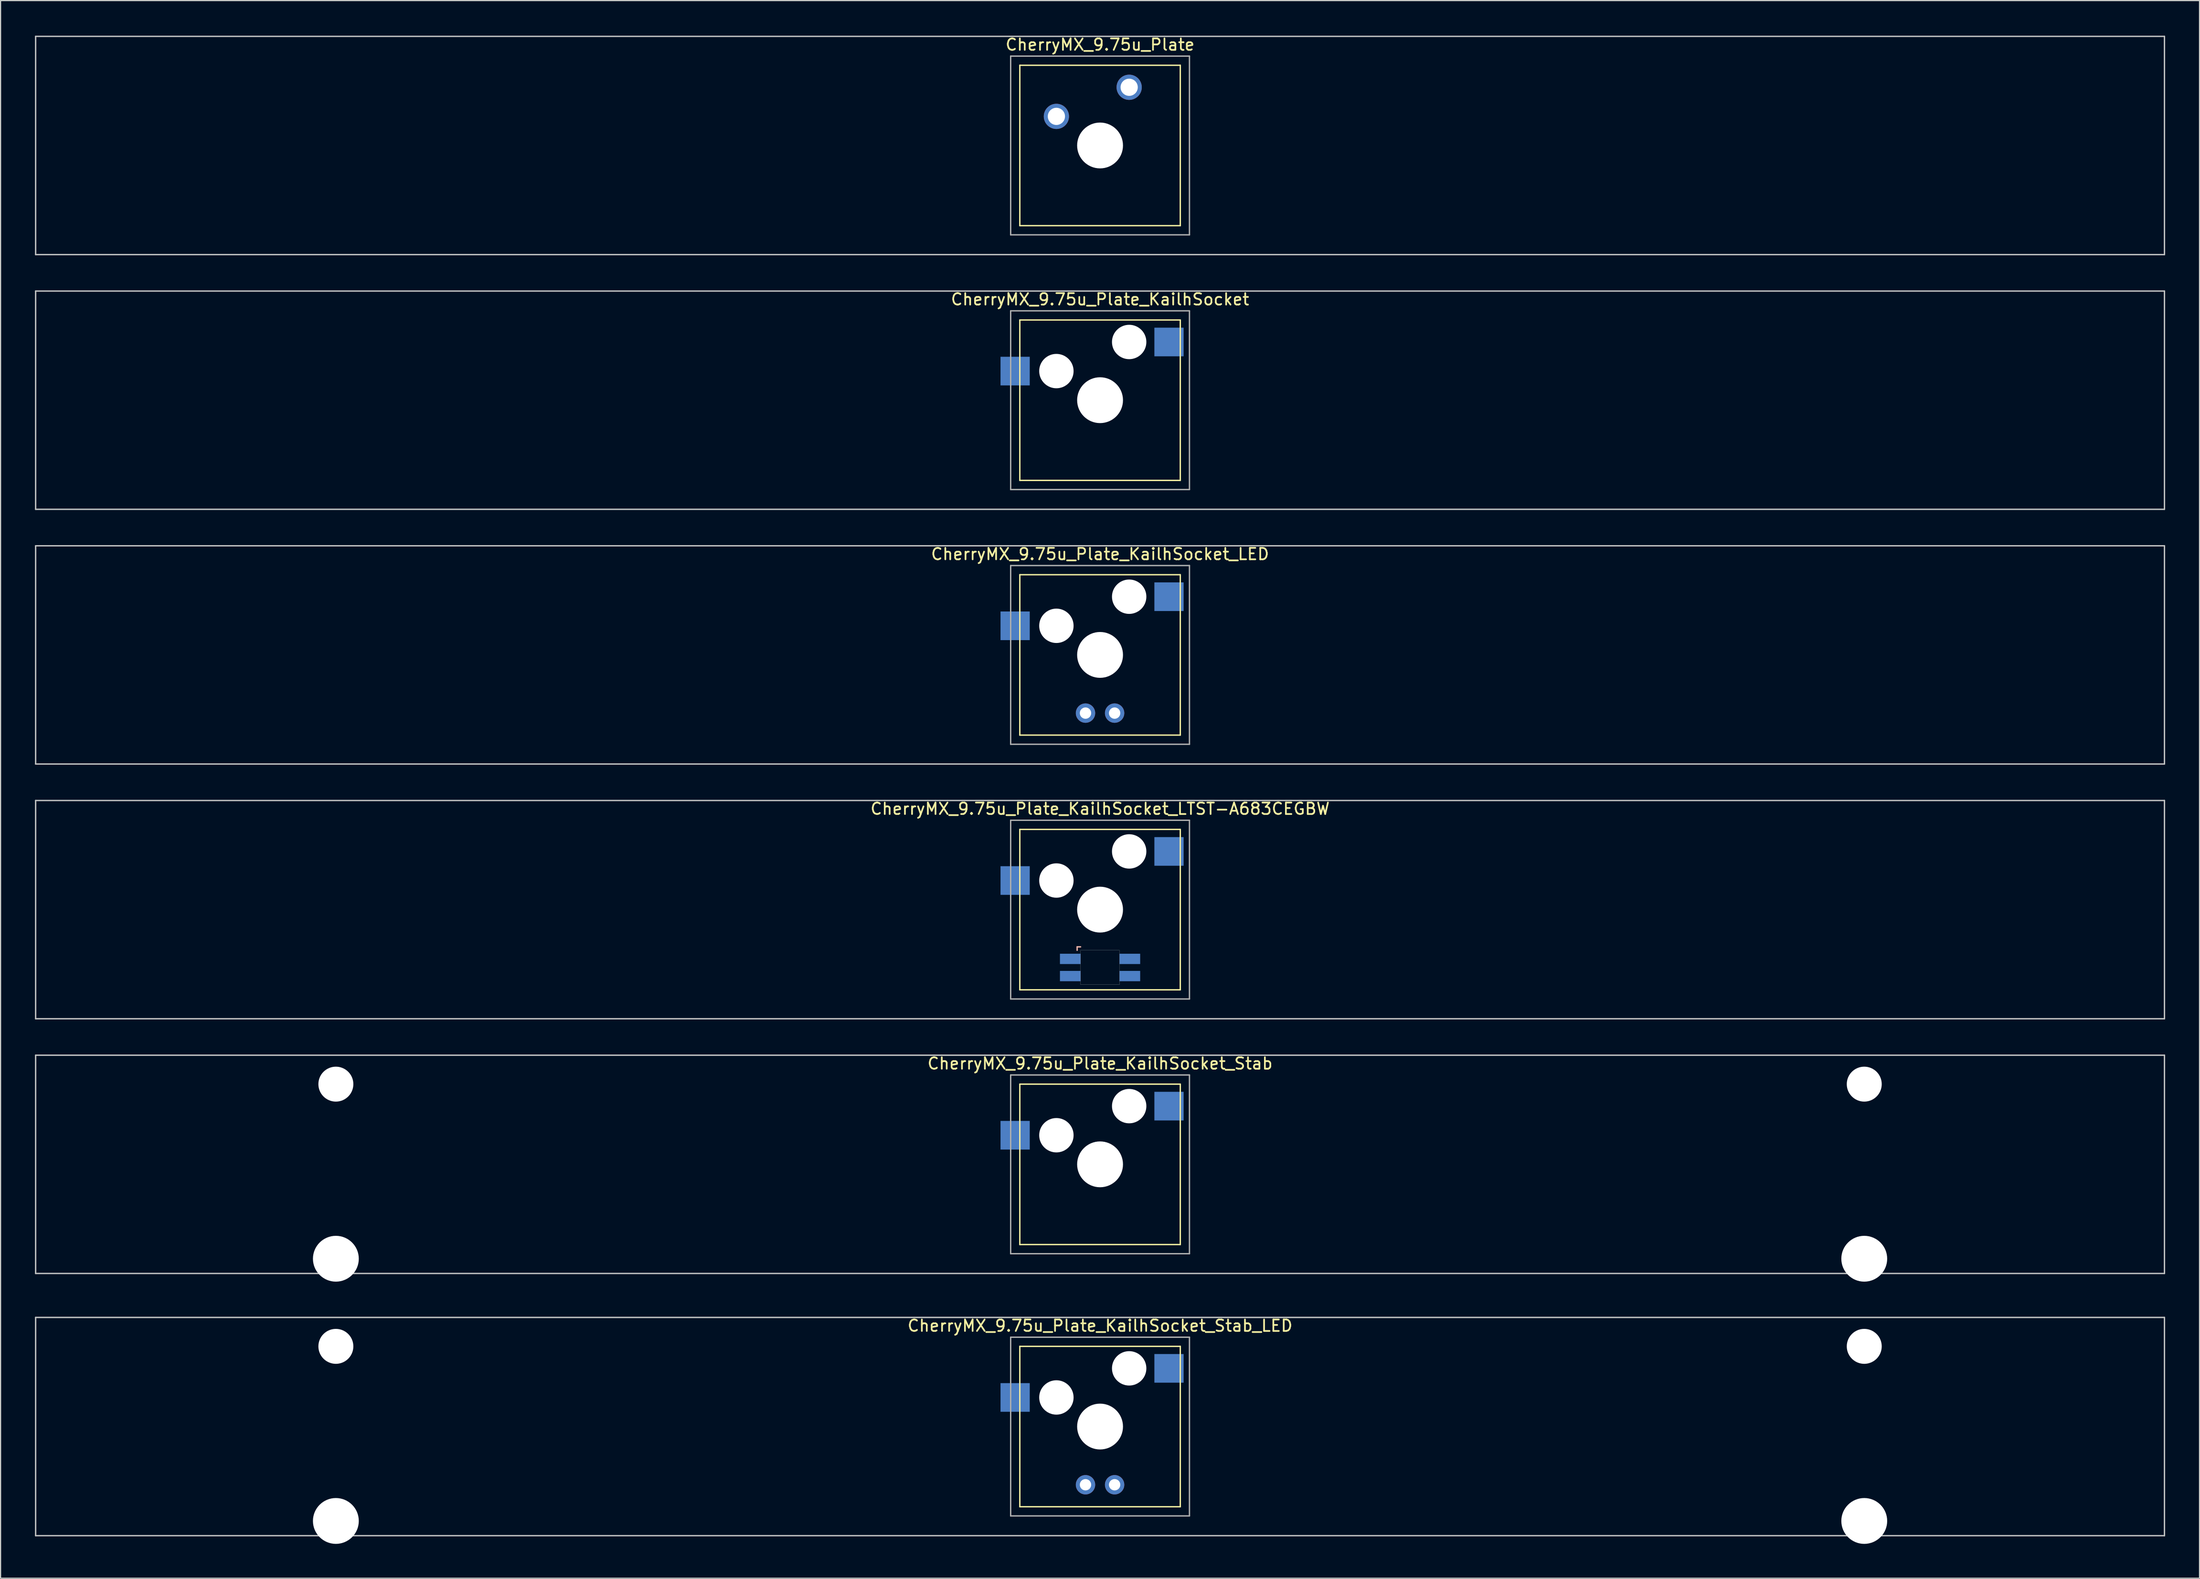
<source format=kicad_pcb>
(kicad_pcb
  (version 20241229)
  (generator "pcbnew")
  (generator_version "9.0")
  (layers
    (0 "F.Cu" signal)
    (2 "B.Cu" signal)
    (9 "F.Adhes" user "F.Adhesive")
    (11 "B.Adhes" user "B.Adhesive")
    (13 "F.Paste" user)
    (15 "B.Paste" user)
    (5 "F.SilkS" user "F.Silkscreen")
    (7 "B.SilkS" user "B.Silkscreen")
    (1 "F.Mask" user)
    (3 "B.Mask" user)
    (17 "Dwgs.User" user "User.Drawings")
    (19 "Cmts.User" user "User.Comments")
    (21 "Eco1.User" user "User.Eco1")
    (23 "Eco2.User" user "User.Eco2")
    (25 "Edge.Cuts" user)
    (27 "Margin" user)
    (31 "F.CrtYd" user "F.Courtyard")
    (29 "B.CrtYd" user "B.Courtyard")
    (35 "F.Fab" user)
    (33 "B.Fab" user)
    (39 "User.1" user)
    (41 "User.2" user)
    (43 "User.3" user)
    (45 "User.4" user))
  (footprint "CherryMX_9.75u_Plate_KailhSocket_Stab_LED"
    (layer "F.Cu")
    (at 92.929 121.469)
    (property "Reference" "CherryMX_9.75u_Plate_KailhSocket_Stab_LED" (at 0 -8.8 0) (layer "F.SilkS") (effects (font (size 1 1) (thickness 0.15))))
    (attr through_hole)
    (fp_line (start -7 -7) (end -7 7) (stroke (width 0.12) (type solid)) (layer "F.SilkS"))
    (fp_line (start -7 -7) (end 7 -7) (stroke (width 0.12) (type solid)) (layer "F.SilkS"))
    (fp_line (start 7 -7) (end 7 7) (stroke (width 0.12) (type solid)) (layer "F.SilkS"))
    (fp_line (start 7 7) (end -7 7) (stroke (width 0.12) (type solid)) (layer "F.SilkS"))
    (fp_line (start -92.869 -9.525) (end 92.869 -9.525) (stroke (width 0.12) (type solid)) (layer "Dwgs.User"))
    (fp_line (start -92.869 9.525) (end -92.869 -9.525) (stroke (width 0.12) (type solid)) (layer "Dwgs.User"))
    (fp_line (start 92.869 -9.525) (end 92.869 9.525) (stroke (width 0.12) (type solid)) (layer "Dwgs.User"))
    (fp_line (start 92.869 9.525) (end -92.869 9.525) (stroke (width 0.12) (type solid)) (layer "Dwgs.User"))
    (fp_line (start -7.8 -7.8) (end -7.8 7.8) (stroke (width 0.12) (type solid)) (layer "F.Fab"))
    (fp_line (start -7.8 -7.8) (end 7.8 -7.8) (stroke (width 0.12) (type solid)) (layer "F.Fab"))
    (fp_line (start -7.8 7.8) (end 7.8 7.8) (stroke (width 0.12) (type solid)) (layer "F.Fab"))
    (fp_line (start 7.8 -7.8) (end 7.8 7.8) (stroke (width 0.12) (type solid)) (layer "F.Fab"))
    (pad "" np_thru_hole circle (at -66.675 -7) (size 3.05 3.05) (drill 3.05) (layers "*.Cu" "*.Mask"))
    (pad "" np_thru_hole circle (at -66.675 8.24) (size 4 4) (drill 4) (layers "*.Cu" "*.Mask"))
    (pad "" np_thru_hole circle (at -3.81 -2.54) (size 3 3) (drill 3) (layers "*.Cu" "*.Mask"))
    (pad "" np_thru_hole circle (at 0 0) (size 4 4) (drill 4) (layers "*.Cu" "*.Mask"))
    (pad "" np_thru_hole circle (at 2.54 -5.08) (size 3 3) (drill 3) (layers "*.Cu" "*.Mask"))
    (pad "" np_thru_hole circle (at 66.675 -7) (size 3.05 3.05) (drill 3.05) (layers "*.Cu" "*.Mask"))
    (pad "" np_thru_hole circle (at 66.675 8.24) (size 4 4) (drill 4) (layers "*.Cu" "*.Mask"))
    (pad "1" smd rect (at -7.41 -2.54) (size 2.55 2.5) (layers "B.Cu" "B.Mask" "B.Paste"))
    (pad "2" smd rect (at 6.015 -5.08) (size 2.55 2.5) (layers "B.Cu" "B.Mask" "B.Paste"))
    (pad "3" thru_hole circle (at -1.27 5.08) (size 1.691 1.691) (drill 0.991) (layers "*.Cu" "*.Mask"))
    (pad "4" thru_hole circle (at 1.27 5.08) (size 1.691 1.691) (drill 0.991) (layers "*.Cu" "*.Mask")))
  (footprint "CherryMX_9.75u_Plate_KailhSocket_LED"
    (layer "F.Cu")
    (at 92.929 54.115)
    (property "Reference" "CherryMX_9.75u_Plate_KailhSocket_LED" (at 0 -8.8 0) (layer "F.SilkS") (effects (font (size 1 1) (thickness 0.15))))
    (attr through_hole)
    (fp_line (start -7 -7) (end -7 7) (stroke (width 0.12) (type solid)) (layer "F.SilkS"))
    (fp_line (start -7 -7) (end 7 -7) (stroke (width 0.12) (type solid)) (layer "F.SilkS"))
    (fp_line (start 7 -7) (end 7 7) (stroke (width 0.12) (type solid)) (layer "F.SilkS"))
    (fp_line (start 7 7) (end -7 7) (stroke (width 0.12) (type solid)) (layer "F.SilkS"))
    (fp_line (start -92.869 -9.525) (end 92.869 -9.525) (stroke (width 0.12) (type solid)) (layer "Dwgs.User"))
    (fp_line (start -92.869 9.525) (end -92.869 -9.525) (stroke (width 0.12) (type solid)) (layer "Dwgs.User"))
    (fp_line (start 92.869 -9.525) (end 92.869 9.525) (stroke (width 0.12) (type solid)) (layer "Dwgs.User"))
    (fp_line (start 92.869 9.525) (end -92.869 9.525) (stroke (width 0.12) (type solid)) (layer "Dwgs.User"))
    (fp_line (start -7.8 -7.8) (end -7.8 7.8) (stroke (width 0.12) (type solid)) (layer "F.Fab"))
    (fp_line (start -7.8 -7.8) (end 7.8 -7.8) (stroke (width 0.12) (type solid)) (layer "F.Fab"))
    (fp_line (start -7.8 7.8) (end 7.8 7.8) (stroke (width 0.12) (type solid)) (layer "F.Fab"))
    (fp_line (start 7.8 -7.8) (end 7.8 7.8) (stroke (width 0.12) (type solid)) (layer "F.Fab"))
    (pad "" np_thru_hole circle (at -3.81 -2.54) (size 3 3) (drill 3) (layers "*.Cu" "*.Mask"))
    (pad "" np_thru_hole circle (at 0 0) (size 4 4) (drill 4) (layers "*.Cu" "*.Mask"))
    (pad "" np_thru_hole circle (at 2.54 -5.08) (size 3 3) (drill 3) (layers "*.Cu" "*.Mask"))
    (pad "1" smd rect (at -7.41 -2.54) (size 2.55 2.5) (layers "B.Cu" "B.Mask" "B.Paste"))
    (pad "2" smd rect (at 6.015 -5.08) (size 2.55 2.5) (layers "B.Cu" "B.Mask" "B.Paste"))
    (pad "3" thru_hole circle (at -1.27 5.08) (size 1.691 1.691) (drill 0.991) (layers "*.Cu" "*.Mask"))
    (pad "4" thru_hole circle (at 1.27 5.08) (size 1.691 1.691) (drill 0.991) (layers "*.Cu" "*.Mask")))
  (footprint "CherryMX_9.75u_Plate_KailhSocket_Stab"
    (layer "F.Cu")
    (at 92.929 98.581)
    (property "Reference" "CherryMX_9.75u_Plate_KailhSocket_Stab" (at 0 -8.8 0) (layer "F.SilkS") (effects (font (size 1 1) (thickness 0.15))))
    (attr through_hole)
    (fp_line (start -7 -7) (end -7 7) (stroke (width 0.12) (type solid)) (layer "F.SilkS"))
    (fp_line (start -7 -7) (end 7 -7) (stroke (width 0.12) (type solid)) (layer "F.SilkS"))
    (fp_line (start 7 -7) (end 7 7) (stroke (width 0.12) (type solid)) (layer "F.SilkS"))
    (fp_line (start 7 7) (end -7 7) (stroke (width 0.12) (type solid)) (layer "F.SilkS"))
    (fp_line (start -92.869 -9.525) (end 92.869 -9.525) (stroke (width 0.12) (type solid)) (layer "Dwgs.User"))
    (fp_line (start -92.869 9.525) (end -92.869 -9.525) (stroke (width 0.12) (type solid)) (layer "Dwgs.User"))
    (fp_line (start 92.869 -9.525) (end 92.869 9.525) (stroke (width 0.12) (type solid)) (layer "Dwgs.User"))
    (fp_line (start 92.869 9.525) (end -92.869 9.525) (stroke (width 0.12) (type solid)) (layer "Dwgs.User"))
    (fp_line (start -7.8 -7.8) (end -7.8 7.8) (stroke (width 0.12) (type solid)) (layer "F.Fab"))
    (fp_line (start -7.8 -7.8) (end 7.8 -7.8) (stroke (width 0.12) (type solid)) (layer "F.Fab"))
    (fp_line (start -7.8 7.8) (end 7.8 7.8) (stroke (width 0.12) (type solid)) (layer "F.Fab"))
    (fp_line (start 7.8 -7.8) (end 7.8 7.8) (stroke (width 0.12) (type solid)) (layer "F.Fab"))
    (pad "" np_thru_hole circle (at -66.675 -7) (size 3.05 3.05) (drill 3.05) (layers "*.Cu" "*.Mask"))
    (pad "" np_thru_hole circle (at -66.675 8.24) (size 4 4) (drill 4) (layers "*.Cu" "*.Mask"))
    (pad "" np_thru_hole circle (at -3.81 -2.54) (size 3 3) (drill 3) (layers "*.Cu" "*.Mask"))
    (pad "" np_thru_hole circle (at 0 0) (size 4 4) (drill 4) (layers "*.Cu" "*.Mask"))
    (pad "" np_thru_hole circle (at 2.54 -5.08) (size 3 3) (drill 3) (layers "*.Cu" "*.Mask"))
    (pad "" np_thru_hole circle (at 66.675 -7) (size 3.05 3.05) (drill 3.05) (layers "*.Cu" "*.Mask"))
    (pad "" np_thru_hole circle (at 66.675 8.24) (size 4 4) (drill 4) (layers "*.Cu" "*.Mask"))
    (pad "1" smd rect (at -7.41 -2.54) (size 2.55 2.5) (layers "B.Cu" "B.Mask" "B.Paste"))
    (pad "2" smd rect (at 6.015 -5.08) (size 2.55 2.5) (layers "B.Cu" "B.Mask" "B.Paste")))
  (footprint "CherryMX_9.75u_Plate_KailhSocket"
    (layer "F.Cu")
    (at 92.929 31.881)
    (property "Reference" "CherryMX_9.75u_Plate_KailhSocket" (at 0 -8.8 0) (layer "F.SilkS") (effects (font (size 1 1) (thickness 0.15))))
    (attr through_hole)
    (fp_line (start -7 -7) (end -7 7) (stroke (width 0.12) (type solid)) (layer "F.SilkS"))
    (fp_line (start -7 -7) (end 7 -7) (stroke (width 0.12) (type solid)) (layer "F.SilkS"))
    (fp_line (start 7 -7) (end 7 7) (stroke (width 0.12) (type solid)) (layer "F.SilkS"))
    (fp_line (start 7 7) (end -7 7) (stroke (width 0.12) (type solid)) (layer "F.SilkS"))
    (fp_line (start -92.869 -9.525) (end 92.869 -9.525) (stroke (width 0.12) (type solid)) (layer "Dwgs.User"))
    (fp_line (start -92.869 9.525) (end -92.869 -9.525) (stroke (width 0.12) (type solid)) (layer "Dwgs.User"))
    (fp_line (start 92.869 -9.525) (end 92.869 9.525) (stroke (width 0.12) (type solid)) (layer "Dwgs.User"))
    (fp_line (start 92.869 9.525) (end -92.869 9.525) (stroke (width 0.12) (type solid)) (layer "Dwgs.User"))
    (fp_line (start -7.8 -7.8) (end -7.8 7.8) (stroke (width 0.12) (type solid)) (layer "F.Fab"))
    (fp_line (start -7.8 -7.8) (end 7.8 -7.8) (stroke (width 0.12) (type solid)) (layer "F.Fab"))
    (fp_line (start -7.8 7.8) (end 7.8 7.8) (stroke (width 0.12) (type solid)) (layer "F.Fab"))
    (fp_line (start 7.8 -7.8) (end 7.8 7.8) (stroke (width 0.12) (type solid)) (layer "F.Fab"))
    (pad "" np_thru_hole circle (at -3.81 -2.54) (size 3 3) (drill 3) (layers "*.Cu" "*.Mask"))
    (pad "" np_thru_hole circle (at 0 0) (size 4 4) (drill 4) (layers "*.Cu" "*.Mask"))
    (pad "" np_thru_hole circle (at 2.54 -5.08) (size 3 3) (drill 3) (layers "*.Cu" "*.Mask"))
    (pad "1" smd rect (at -7.41 -2.54) (size 2.55 2.5) (layers "B.Cu" "B.Mask" "B.Paste"))
    (pad "2" smd rect (at 6.015 -5.08) (size 2.55 2.5) (layers "B.Cu" "B.Mask" "B.Paste")))
  (footprint "CherryMX_9.75u_Plate_KailhSocket_LTST-A683CEGBW"
    (layer "F.Cu")
    (at 92.929 76.348)
    (property "Reference" "CherryMX_9.75u_Plate_KailhSocket_LTST-A683CEGBW" (at 0 -8.8 0) (layer "F.SilkS") (effects (font (size 1 1) (thickness 0.15))))
    (attr through_hole)
    (fp_line (start -7 -7) (end -7 7) (stroke (width 0.12) (type solid)) (layer "F.SilkS"))
    (fp_line (start -7 -7) (end 7 -7) (stroke (width 0.12) (type solid)) (layer "F.SilkS"))
    (fp_line (start 7 -7) (end 7 7) (stroke (width 0.12) (type solid)) (layer "F.SilkS"))
    (fp_line (start 7 7) (end -7 7) (stroke (width 0.12) (type solid)) (layer "F.SilkS"))
    (fp_line (start -2 3.25) (end -2 3.55) (stroke (width 0.12) (type solid)) (layer "B.SilkS"))
    (fp_line (start -1.7 3.25) (end -2 3.25) (stroke (width 0.12) (type solid)) (layer "B.SilkS"))
    (fp_line (start -92.869 -9.525) (end 92.869 -9.525) (stroke (width 0.12) (type solid)) (layer "Dwgs.User"))
    (fp_line (start -92.869 9.525) (end -92.869 -9.525) (stroke (width 0.12) (type solid)) (layer "Dwgs.User"))
    (fp_line (start 92.869 -9.525) (end 92.869 9.525) (stroke (width 0.12) (type solid)) (layer "Dwgs.User"))
    (fp_line (start 92.869 9.525) (end -92.869 9.525) (stroke (width 0.12) (type solid)) (layer "Dwgs.User"))
    (fp_poly (pts (xy 1.7 6.55) (xy -1.7 6.55) (xy -1.7 3.55) (xy 1.7 3.55)) (stroke (width 0.01) (type solid)) (fill no) (layer "Edge.Cuts"))
    (fp_line (start -7.8 -7.8) (end -7.8 7.8) (stroke (width 0.12) (type solid)) (layer "F.Fab"))
    (fp_line (start -7.8 -7.8) (end 7.8 -7.8) (stroke (width 0.12) (type solid)) (layer "F.Fab"))
    (fp_line (start -7.8 7.8) (end 7.8 7.8) (stroke (width 0.12) (type solid)) (layer "F.Fab"))
    (fp_line (start 7.8 -7.8) (end 7.8 7.8) (stroke (width 0.12) (type solid)) (layer "F.Fab"))
    (pad "" np_thru_hole circle (at -3.81 -2.54) (size 3 3) (drill 3) (layers "*.Cu" "*.Mask"))
    (pad "" np_thru_hole circle (at 0 0) (size 4 4) (drill 4) (layers "*.Cu" "*.Mask"))
    (pad "" np_thru_hole circle (at 2.54 -5.08) (size 3 3) (drill 3) (layers "*.Cu" "*.Mask"))
    (pad "1" smd rect (at -7.41 -2.54) (size 2.55 2.5) (layers "B.Cu" "B.Mask" "B.Paste"))
    (pad "2" smd rect (at 6.015 -5.08) (size 2.55 2.5) (layers "B.Cu" "B.Mask" "B.Paste"))
    (pad "3" smd rect (at -2.6 4.3) (size 1.8 0.9) (layers "B.Cu" "B.Mask" "B.Paste"))
    (pad "4" smd rect (at -2.6 5.8) (size 1.8 0.9) (layers "B.Cu" "B.Mask" "B.Paste"))
    (pad "5" smd rect (at 2.6 4.3) (size 1.8 0.9) (layers "B.Cu" "B.Mask" "B.Paste"))
    (pad "6" smd rect (at 2.6 5.8) (size 1.8 0.9) (layers "B.Cu" "B.Mask" "B.Paste")))
  (footprint "CherryMX_9.75u_Plate"
    (layer "F.Cu")
    (at 92.929 9.648)
    (property "Reference" "CherryMX_9.75u_Plate" (at 0 -8.8 0) (layer "F.SilkS") (effects (font (size 1 1) (thickness 0.15))))
    (attr through_hole)
    (fp_line (start -7 -7) (end -7 7) (stroke (width 0.12) (type solid)) (layer "F.SilkS"))
    (fp_line (start -7 -7) (end 7 -7) (stroke (width 0.12) (type solid)) (layer "F.SilkS"))
    (fp_line (start 7 -7) (end 7 7) (stroke (width 0.12) (type solid)) (layer "F.SilkS"))
    (fp_line (start 7 7) (end -7 7) (stroke (width 0.12) (type solid)) (layer "F.SilkS"))
    (fp_line (start -92.869 -9.525) (end 92.869 -9.525) (stroke (width 0.12) (type solid)) (layer "Dwgs.User"))
    (fp_line (start -92.869 9.525) (end -92.869 -9.525) (stroke (width 0.12) (type solid)) (layer "Dwgs.User"))
    (fp_line (start 92.869 -9.525) (end 92.869 9.525) (stroke (width 0.12) (type solid)) (layer "Dwgs.User"))
    (fp_line (start 92.869 9.525) (end -92.869 9.525) (stroke (width 0.12) (type solid)) (layer "Dwgs.User"))
    (fp_line (start -7.8 -7.8) (end -7.8 7.8) (stroke (width 0.12) (type solid)) (layer "F.Fab"))
    (fp_line (start -7.8 -7.8) (end 7.8 -7.8) (stroke (width 0.12) (type solid)) (layer "F.Fab"))
    (fp_line (start -7.8 7.8) (end 7.8 7.8) (stroke (width 0.12) (type solid)) (layer "F.Fab"))
    (fp_line (start 7.8 -7.8) (end 7.8 7.8) (stroke (width 0.12) (type solid)) (layer "F.Fab"))
    (pad "" np_thru_hole circle (at 0 0) (size 4 4) (drill 4) (layers "*.Cu" "*.Mask"))
    (pad "1" thru_hole circle (at -3.81 -2.54) (size 2.2 2.2) (drill 1.5) (layers "*.Cu" "*.Mask"))
    (pad "2" thru_hole circle (at 2.54 -5.08) (size 2.2 2.2) (drill 1.5) (layers "*.Cu" "*.Mask")))
  (gr_rect
    (start -3 -3)
    (end 188.857 134.709)
    (stroke (width 0.1) (type default))
    (fill no)
    (layer "Edge.Cuts")))
</source>
